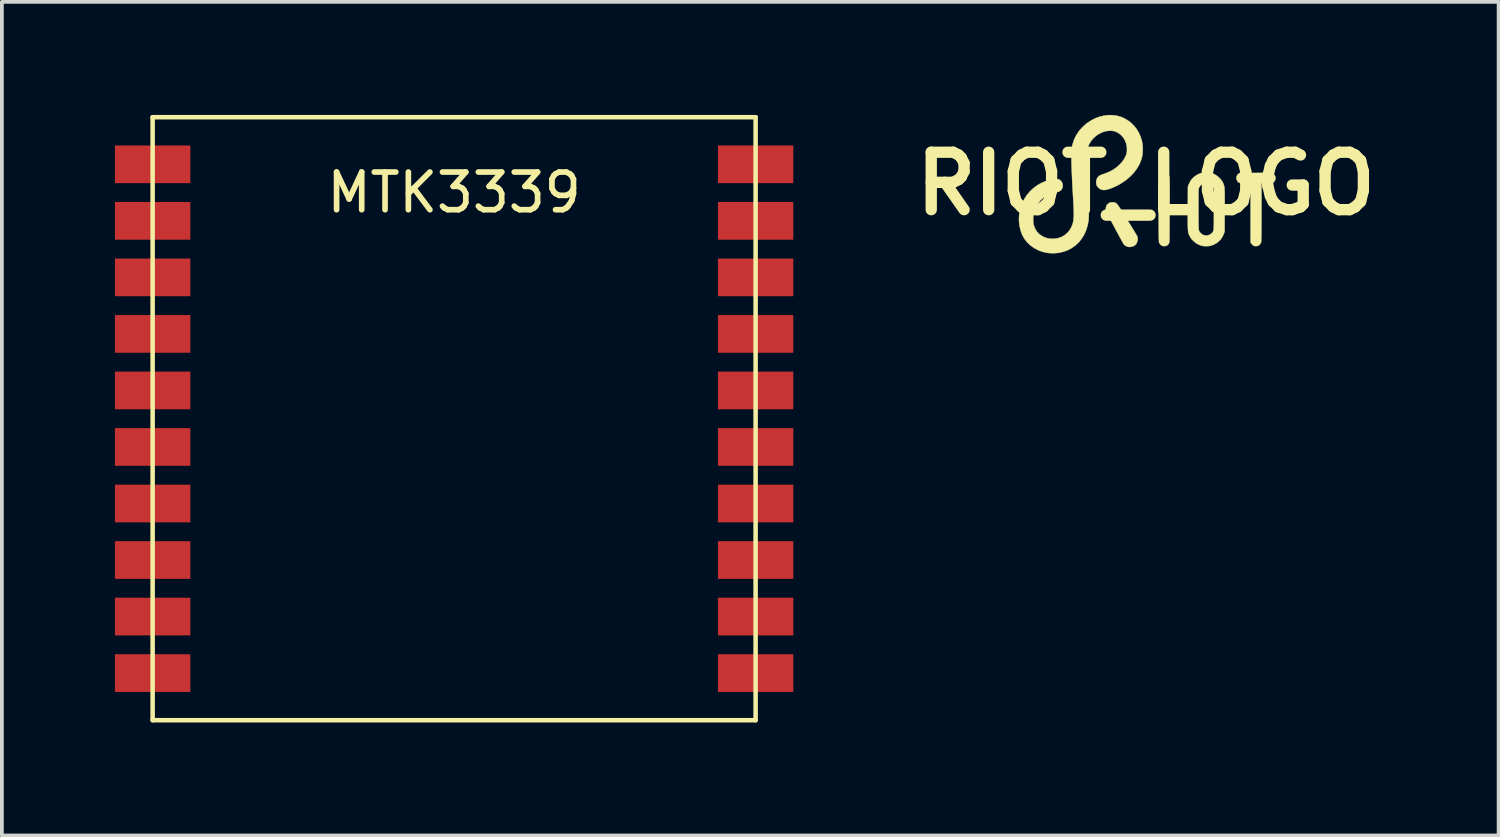
<source format=kicad_pcb>
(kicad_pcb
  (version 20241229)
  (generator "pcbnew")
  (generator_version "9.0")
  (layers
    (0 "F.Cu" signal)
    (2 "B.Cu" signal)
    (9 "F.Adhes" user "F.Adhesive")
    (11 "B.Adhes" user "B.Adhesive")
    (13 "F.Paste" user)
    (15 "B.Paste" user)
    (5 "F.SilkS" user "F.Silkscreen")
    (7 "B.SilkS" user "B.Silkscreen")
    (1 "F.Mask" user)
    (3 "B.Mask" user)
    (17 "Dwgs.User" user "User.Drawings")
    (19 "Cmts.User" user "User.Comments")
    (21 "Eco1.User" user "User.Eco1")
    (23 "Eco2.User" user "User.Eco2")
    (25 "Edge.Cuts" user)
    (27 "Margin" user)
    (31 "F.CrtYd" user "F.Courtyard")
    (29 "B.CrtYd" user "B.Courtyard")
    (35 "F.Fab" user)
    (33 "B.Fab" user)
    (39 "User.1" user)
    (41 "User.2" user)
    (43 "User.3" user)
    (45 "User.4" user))
  (footprint "RIOT_LOGO"
    (layer "F.Cu")
    (at 27.357 1.824)
    (property "Reference" "RIOT_LOGO" (at 0 0 0) (layer "F.SilkS") (effects (font (size 1.524 1.524) (thickness 0.3))))
    (attr through_hole)
    (fp_poly (pts (xy 3.37 -0.269) (xy 3.407 -0.235) (xy 3.43 -0.195) (xy 3.439 -0.151) (xy 3.432 -0.108) (xy 3.412 -0.067) (xy 3.376 -0.031) (xy 3.375 -0.03) (xy 3.365 -0.024) (xy 3.353 -0.019) (xy 3.336 -0.016) (xy 3.312 -0.013) (xy 3.277 -0.012) (xy 3.229 -0.01) (xy 3.208 -0.01) (xy 3.065 -0.007) (xy 3.065 0.756) (xy 3.065 0.908) (xy 3.065 1.042) (xy 3.064 1.161) (xy 3.063 1.263) (xy 3.063 1.349) (xy 3.061 1.42) (xy 3.06 1.476) (xy 3.059 1.517) (xy 3.057 1.543) (xy 3.056 1.554) (xy 3.036 1.596) (xy 3.005 1.629) (xy 2.967 1.65) (xy 2.923 1.658) (xy 2.878 1.653) (xy 2.849 1.64) (xy 2.822 1.619) (xy 2.799 1.592) (xy 2.796 1.587) (xy 2.777 1.554) (xy 2.777 0.773) (xy 2.777 -0.008) (xy 2.646 -0.008) (xy 2.587 -0.009) (xy 2.542 -0.011) (xy 2.508 -0.015) (xy 2.483 -0.022) (xy 2.463 -0.033) (xy 2.445 -0.049) (xy 2.432 -0.062) (xy 2.409 -0.101) (xy 2.4 -0.144) (xy 2.404 -0.187) (xy 2.423 -0.228) (xy 2.454 -0.261) (xy 2.458 -0.265) (xy 2.485 -0.284) (xy 2.913 -0.286) (xy 3.341 -0.288) (xy 3.37 -0.269)) (stroke (width 0.01) (type solid)) (fill yes) (layer "F.SilkS"))
    (fp_poly (pts (xy -0.848 0.496) (xy -0.832 0.498) (xy -0.816 0.503) (xy -0.8 0.512) (xy -0.784 0.525) (xy -0.765 0.544) (xy -0.744 0.57) (xy -0.72 0.604) (xy -0.691 0.646) (xy -0.657 0.699) (xy -0.617 0.762) (xy -0.571 0.837) (xy -0.516 0.926) (xy -0.494 0.961) (xy -0.447 1.037) (xy -0.402 1.111) (xy -0.36 1.179) (xy -0.323 1.241) (xy -0.29 1.295) (xy -0.264 1.34) (xy -0.244 1.374) (xy -0.231 1.397) (xy -0.227 1.405) (xy -0.218 1.454) (xy -0.222 1.507) (xy -0.237 1.558) (xy -0.262 1.602) (xy -0.281 1.623) (xy -0.324 1.653) (xy -0.376 1.672) (xy -0.429 1.68) (xy -0.466 1.677) (xy -0.519 1.66) (xy -0.564 1.631) (xy -0.585 1.61) (xy -0.594 1.597) (xy -0.609 1.571) (xy -0.631 1.533) (xy -0.657 1.485) (xy -0.689 1.428) (xy -0.723 1.364) (xy -0.761 1.295) (xy -0.8 1.222) (xy -0.84 1.147) (xy -0.88 1.071) (xy -0.92 0.997) (xy -0.958 0.924) (xy -0.993 0.857) (xy -1.025 0.795) (xy -1.026 0.793) (xy -1.045 0.756) (xy -1.057 0.729) (xy -1.064 0.708) (xy -1.066 0.688) (xy -1.066 0.666) (xy -1.065 0.656) (xy -1.056 0.605) (xy -1.034 0.562) (xy -0.998 0.527) (xy -0.986 0.518) (xy -0.966 0.506) (xy -0.947 0.499) (xy -0.922 0.496) (xy -0.888 0.495) (xy -0.867 0.495) (xy -0.848 0.496)) (stroke (width 0.01) (type solid)) (fill yes) (layer "F.SilkS"))
    (fp_poly (pts (xy 0.521 -0.298) (xy 0.563 -0.277) (xy 0.573 -0.268) (xy 0.582 -0.261) (xy 0.589 -0.255) (xy 0.596 -0.248) (xy 0.602 -0.24) (xy 0.607 -0.23) (xy 0.611 -0.217) (xy 0.615 -0.2) (xy 0.618 -0.177) (xy 0.62 -0.149) (xy 0.622 -0.113) (xy 0.624 -0.069) (xy 0.625 -0.016) (xy 0.626 0.047) (xy 0.626 0.122) (xy 0.626 0.208) (xy 0.627 0.307) (xy 0.627 0.421) (xy 0.627 0.549) (xy 0.627 0.682) (xy 0.627 0.822) (xy 0.626 0.946) (xy 0.626 1.056) (xy 0.626 1.151) (xy 0.626 1.234) (xy 0.626 1.305) (xy 0.625 1.364) (xy 0.625 1.414) (xy 0.624 1.455) (xy 0.623 1.488) (xy 0.622 1.514) (xy 0.621 1.535) (xy 0.619 1.55) (xy 0.617 1.561) (xy 0.615 1.57) (xy 0.613 1.576) (xy 0.61 1.582) (xy 0.61 1.583) (xy 0.592 1.609) (xy 0.57 1.632) (xy 0.566 1.635) (xy 0.534 1.65) (xy 0.493 1.657) (xy 0.453 1.655) (xy 0.428 1.648) (xy 0.393 1.624) (xy 0.364 1.59) (xy 0.348 1.559) (xy 0.346 1.545) (xy 0.345 1.515) (xy 0.343 1.472) (xy 0.342 1.416) (xy 0.341 1.348) (xy 0.34 1.271) (xy 0.339 1.185) (xy 0.339 1.092) (xy 0.338 0.994) (xy 0.338 0.891) (xy 0.338 0.785) (xy 0.338 0.678) (xy 0.338 0.571) (xy 0.339 0.465) (xy 0.339 0.363) (xy 0.34 0.264) (xy 0.341 0.171) (xy 0.342 0.085) (xy 0.343 0.007) (xy 0.344 -0.061) (xy 0.346 -0.117) (xy 0.347 -0.161) (xy 0.349 -0.191) (xy 0.351 -0.206) (xy 0.351 -0.206) (xy 0.369 -0.243) (xy 0.395 -0.27) (xy 0.431 -0.29) (xy 0.477 -0.302) (xy 0.521 -0.298)) (stroke (width 0.01) (type solid)) (fill yes) (layer "F.SilkS"))
    (fp_poly (pts (xy 1.721 -0.286) (xy 1.809 -0.254) (xy 1.819 -0.25) (xy 1.874 -0.217) (xy 1.928 -0.174) (xy 1.978 -0.123) (xy 2.018 -0.07) (xy 2.039 -0.033) (xy 2.049 -0.012) (xy 2.058 0.008) (xy 2.065 0.027) (xy 2.071 0.047) (xy 2.076 0.069) (xy 2.081 0.095) (xy 2.084 0.126) (xy 2.086 0.164) (xy 2.088 0.209) (xy 2.089 0.263) (xy 2.09 0.327) (xy 2.09 0.403) (xy 2.09 0.492) (xy 2.09 0.595) (xy 2.089 0.705) (xy 2.087 1.274) (xy 2.065 1.33) (xy 2.038 1.393) (xy 2.007 1.445) (xy 1.969 1.493) (xy 1.942 1.521) (xy 1.877 1.574) (xy 1.802 1.616) (xy 1.72 1.645) (xy 1.715 1.647) (xy 1.666 1.655) (xy 1.608 1.658) (xy 1.548 1.657) (xy 1.495 1.65) (xy 1.484 1.647) (xy 1.405 1.62) (xy 1.331 1.579) (xy 1.264 1.525) (xy 1.206 1.463) (xy 1.166 1.4) (xy 1.156 1.379) (xy 1.146 1.36) (xy 1.138 1.342) (xy 1.131 1.322) (xy 1.126 1.3) (xy 1.121 1.275) (xy 1.117 1.245) (xy 1.115 1.209) (xy 1.113 1.165) (xy 1.111 1.112) (xy 1.11 1.05) (xy 1.11 0.975) (xy 1.11 0.888) (xy 1.111 0.787) (xy 1.111 0.785) (xy 1.393 0.785) (xy 1.393 0.882) (xy 1.393 0.964) (xy 1.394 1.034) (xy 1.395 1.091) (xy 1.396 1.139) (xy 1.398 1.177) (xy 1.401 1.207) (xy 1.405 1.231) (xy 1.409 1.25) (xy 1.415 1.264) (xy 1.422 1.276) (xy 1.43 1.287) (xy 1.439 1.298) (xy 1.446 1.306) (xy 1.492 1.345) (xy 1.543 1.368) (xy 1.599 1.376) (xy 1.658 1.367) (xy 1.685 1.358) (xy 1.724 1.334) (xy 1.76 1.3) (xy 1.786 1.26) (xy 1.787 1.257) (xy 1.79 1.25) (xy 1.793 1.241) (xy 1.796 1.229) (xy 1.797 1.213) (xy 1.799 1.193) (xy 1.8 1.165) (xy 1.801 1.13) (xy 1.802 1.085) (xy 1.802 1.031) (xy 1.803 0.964) (xy 1.803 0.884) (xy 1.803 0.79) (xy 1.803 0.682) (xy 1.803 0.572) (xy 1.803 0.479) (xy 1.803 0.399) (xy 1.802 0.333) (xy 1.802 0.279) (xy 1.801 0.234) (xy 1.8 0.199) (xy 1.799 0.172) (xy 1.798 0.151) (xy 1.796 0.135) (xy 1.793 0.123) (xy 1.791 0.114) (xy 1.787 0.105) (xy 1.786 0.102) (xy 1.763 0.06) (xy 1.734 0.03) (xy 1.696 0.006) (xy 1.689 0.003) (xy 1.634 -0.014) (xy 1.578 -0.016) (xy 1.525 -0.003) (xy 1.476 0.024) (xy 1.436 0.063) (xy 1.406 0.11) (xy 1.404 0.118) (xy 1.401 0.128) (xy 1.399 0.143) (xy 1.397 0.163) (xy 1.396 0.19) (xy 1.395 0.225) (xy 1.394 0.27) (xy 1.394 0.325) (xy 1.393 0.392) (xy 1.393 0.472) (xy 1.393 0.566) (xy 1.393 0.673) (xy 1.393 0.785) (xy 1.111 0.785) (xy 1.111 0.671) (xy 1.111 0.654) (xy 1.114 0.08) (xy 1.133 0.028) (xy 1.172 -0.055) (xy 1.224 -0.128) (xy 1.288 -0.189) (xy 1.361 -0.238) (xy 1.376 -0.246) (xy 1.463 -0.281) (xy 1.549 -0.3) (xy 1.635 -0.301) (xy 1.721 -0.286)) (stroke (width 0.01) (type solid)) (fill yes) (layer "F.SilkS"))
    (fp_poly (pts (xy -0.881 -1.818) (xy -0.768 -1.802) (xy -0.658 -1.77) (xy -0.596 -1.745) (xy -0.491 -1.686) (xy -0.396 -1.616) (xy -0.313 -1.533) (xy -0.241 -1.44) (xy -0.182 -1.338) (xy -0.136 -1.228) (xy -0.103 -1.112) (xy -0.086 -0.99) (xy -0.083 -0.914) (xy -0.088 -0.812) (xy -0.102 -0.718) (xy -0.128 -0.627) (xy -0.166 -0.534) (xy -0.182 -0.5) (xy -0.245 -0.393) (xy -0.322 -0.291) (xy -0.413 -0.196) (xy -0.515 -0.107) (xy -0.628 -0.027) (xy -0.749 0.044) (xy -0.877 0.103) (xy -0.976 0.14) (xy -1.044 0.159) (xy -1.1 0.168) (xy -1.148 0.166) (xy -1.19 0.155) (xy -1.23 0.132) (xy -1.251 0.115) (xy -1.275 0.09) (xy -1.296 0.063) (xy -1.305 0.047) (xy -1.317 0.003) (xy -1.32 -0.048) (xy -1.313 -0.097) (xy -1.303 -0.127) (xy -1.286 -0.16) (xy -1.265 -0.187) (xy -1.238 -0.209) (xy -1.201 -0.228) (xy -1.153 -0.247) (xy -1.116 -0.259) (xy -1.002 -0.302) (xy -0.896 -0.355) (xy -0.8 -0.418) (xy -0.714 -0.49) (xy -0.64 -0.569) (xy -0.579 -0.654) (xy -0.533 -0.744) (xy -0.52 -0.779) (xy -0.508 -0.829) (xy -0.503 -0.889) (xy -0.505 -0.954) (xy -0.513 -1.018) (xy -0.527 -1.076) (xy -0.528 -1.079) (xy -0.562 -1.161) (xy -0.609 -1.233) (xy -0.666 -1.295) (xy -0.731 -1.345) (xy -0.804 -1.382) (xy -0.854 -1.397) (xy -0.904 -1.404) (xy -0.963 -1.404) (xy -1.025 -1.399) (xy -1.086 -1.388) (xy -1.125 -1.377) (xy -1.221 -1.335) (xy -1.309 -1.281) (xy -1.386 -1.216) (xy -1.451 -1.141) (xy -1.503 -1.058) (xy -1.54 -0.968) (xy -1.55 -0.934) (xy -1.555 -0.91) (xy -1.56 -0.885) (xy -1.563 -0.856) (xy -1.565 -0.821) (xy -1.566 -0.777) (xy -1.566 -0.721) (xy -1.566 -0.678) (xy -1.565 -0.559) (xy -1.563 -0.423) (xy -1.558 -0.27) (xy -1.552 -0.101) (xy -1.544 0.085) (xy -1.534 0.287) (xy -1.532 0.33) (xy -1.526 0.462) (xy -1.521 0.578) (xy -1.518 0.679) (xy -1.516 0.766) (xy -1.516 0.84) (xy -1.518 0.902) (xy -1.521 0.952) (xy -1.525 0.987) (xy -1.551 1.119) (xy -1.59 1.243) (xy -1.642 1.357) (xy -1.707 1.461) (xy -1.783 1.555) (xy -1.87 1.637) (xy -1.967 1.706) (xy -2.073 1.763) (xy -2.188 1.805) (xy -2.302 1.832) (xy -2.373 1.841) (xy -2.452 1.844) (xy -2.533 1.843) (xy -2.607 1.837) (xy -2.637 1.832) (xy -2.755 1.804) (xy -2.866 1.762) (xy -2.968 1.707) (xy -3.062 1.64) (xy -3.144 1.562) (xy -3.215 1.475) (xy -3.272 1.379) (xy -3.294 1.332) (xy -3.331 1.221) (xy -3.357 1.103) (xy -3.369 0.981) (xy -3.367 0.86) (xy -3.358 0.775) (xy -3.328 0.643) (xy -3.283 0.519) (xy -3.225 0.401) (xy -3.153 0.293) (xy -3.068 0.195) (xy -2.972 0.107) (xy -2.866 0.032) (xy -2.797 -0.007) (xy -2.72 -0.043) (xy -2.643 -0.073) (xy -2.567 -0.097) (xy -2.496 -0.114) (xy -2.431 -0.124) (xy -2.374 -0.126) (xy -2.328 -0.119) (xy -2.305 -0.111) (xy -2.262 -0.081) (xy -2.232 -0.042) (xy -2.213 0.002) (xy -2.206 0.049) (xy -2.212 0.096) (xy -2.23 0.14) (xy -2.26 0.177) (xy -2.288 0.198) (xy -2.312 0.209) (xy -2.347 0.221) (xy -2.388 0.232) (xy -2.409 0.237) (xy -2.522 0.269) (xy -2.624 0.313) (xy -2.715 0.369) (xy -2.793 0.437) (xy -2.86 0.517) (xy -2.873 0.536) (xy -2.921 0.618) (xy -2.956 0.696) (xy -2.978 0.776) (xy -2.99 0.861) (xy -2.993 0.931) (xy -2.991 0.995) (xy -2.987 1.048) (xy -2.978 1.094) (xy -2.963 1.14) (xy -2.942 1.189) (xy -2.938 1.198) (xy -2.895 1.269) (xy -2.839 1.33) (xy -2.772 1.381) (xy -2.696 1.421) (xy -2.612 1.448) (xy -2.523 1.462) (xy -2.433 1.462) (xy -2.336 1.446) (xy -2.246 1.416) (xy -2.165 1.372) (xy -2.094 1.314) (xy -2.033 1.245) (xy -1.984 1.163) (xy -1.955 1.096) (xy -1.944 1.062) (xy -1.935 1.028) (xy -1.927 0.993) (xy -1.922 0.954) (xy -1.918 0.912) (xy -1.915 0.863) (xy -1.914 0.806) (xy -1.915 0.741) (xy -1.917 0.665) (xy -1.921 0.577) (xy -1.927 0.475) (xy -1.933 0.358) (xy -1.934 0.339) (xy -1.944 0.168) (xy -1.953 0.006) (xy -1.96 -0.145) (xy -1.966 -0.286) (xy -1.971 -0.415) (xy -1.975 -0.531) (xy -1.977 -0.635) (xy -1.978 -0.725) (xy -1.978 -0.8) (xy -1.977 -0.86) (xy -1.974 -0.904) (xy -1.973 -0.91) (xy -1.949 -1.037) (xy -1.91 -1.159) (xy -1.855 -1.274) (xy -1.786 -1.382) (xy -1.703 -1.482) (xy -1.606 -1.572) (xy -1.567 -1.603) (xy -1.459 -1.675) (xy -1.347 -1.733) (xy -1.232 -1.776) (xy -1.115 -1.805) (xy -0.997 -1.819) (xy -0.881 -1.818)) (stroke (width 0.01) (type solid)) (fill yes) (layer "F.SilkS")))
  (footprint "MTK3339"
    (layer "F.Cu")
    (at 9 8.06)
    (property "Reference" "MTK3339" (at 0 -6 0) (layer "F.SilkS") (effects (font (size 1 1) (thickness 0.15))))
    (attr through_hole)
    (fp_line (start -8 -8) (end 8 -8) (stroke (width 0.12) (type solid)) (layer "F.SilkS"))
    (fp_line (start -8 8) (end -8 -8) (stroke (width 0.12) (type solid)) (layer "F.SilkS"))
    (fp_line (start 8 -8) (end 8 8) (stroke (width 0.12) (type solid)) (layer "F.SilkS"))
    (fp_line (start 8 8) (end -8 8) (stroke (width 0.12) (type solid)) (layer "F.SilkS"))
    (pad "1" smd rect (at -8 -6.75) (size 2 1) (layers "F.Cu" "F.Mask" "F.Paste"))
    (pad "2" smd rect (at -8 -5.25) (size 2 1) (layers "F.Cu" "F.Mask" "F.Paste"))
    (pad "3" smd rect (at -8 -3.75) (size 2 1) (layers "F.Cu" "F.Mask" "F.Paste"))
    (pad "4" smd rect (at -8 -2.25) (size 2 1) (layers "F.Cu" "F.Mask" "F.Paste"))
    (pad "5" smd rect (at -8 -0.75) (size 2 1) (layers "F.Cu" "F.Mask" "F.Paste"))
    (pad "6" smd rect (at -8 0.75) (size 2 1) (layers "F.Cu" "F.Mask" "F.Paste"))
    (pad "7" smd rect (at -8 2.25) (size 2 1) (layers "F.Cu" "F.Mask" "F.Paste"))
    (pad "8" smd rect (at -8 3.75) (size 2 1) (layers "F.Cu" "F.Mask" "F.Paste"))
    (pad "9" smd rect (at -8 5.25) (size 2 1) (layers "F.Cu" "F.Mask" "F.Paste"))
    (pad "10" smd rect (at -8 6.75) (size 2 1) (layers "F.Cu" "F.Mask" "F.Paste"))
    (pad "11" smd rect (at 8 6.75) (size 2 1) (layers "F.Cu" "F.Mask" "F.Paste"))
    (pad "12" smd rect (at 8 5.25) (size 2 1) (layers "F.Cu" "F.Mask" "F.Paste"))
    (pad "13" smd rect (at 8 3.75) (size 2 1) (layers "F.Cu" "F.Mask" "F.Paste"))
    (pad "14" smd rect (at 8 2.25) (size 2 1) (layers "F.Cu" "F.Mask" "F.Paste"))
    (pad "15" smd rect (at 8 0.75) (size 2 1) (layers "F.Cu" "F.Mask" "F.Paste"))
    (pad "16" smd rect (at 8 -0.75) (size 2 1) (layers "F.Cu" "F.Mask" "F.Paste"))
    (pad "17" smd rect (at 8 -2.25) (size 2 1) (layers "F.Cu" "F.Mask" "F.Paste"))
    (pad "18" smd rect (at 8 -3.75) (size 2 1) (layers "F.Cu" "F.Mask" "F.Paste"))
    (pad "19" smd rect (at 8 -5.25) (size 2 1) (layers "F.Cu" "F.Mask" "F.Paste"))
    (pad "20" smd rect (at 8 -6.75) (size 2 1) (layers "F.Cu" "F.Mask" "F.Paste")))
  (gr_rect
    (start -3 -3)
    (end 36.715 19.12)
    (stroke (width 0.1) (type default))
    (fill no)
    (layer "Edge.Cuts")))
</source>
